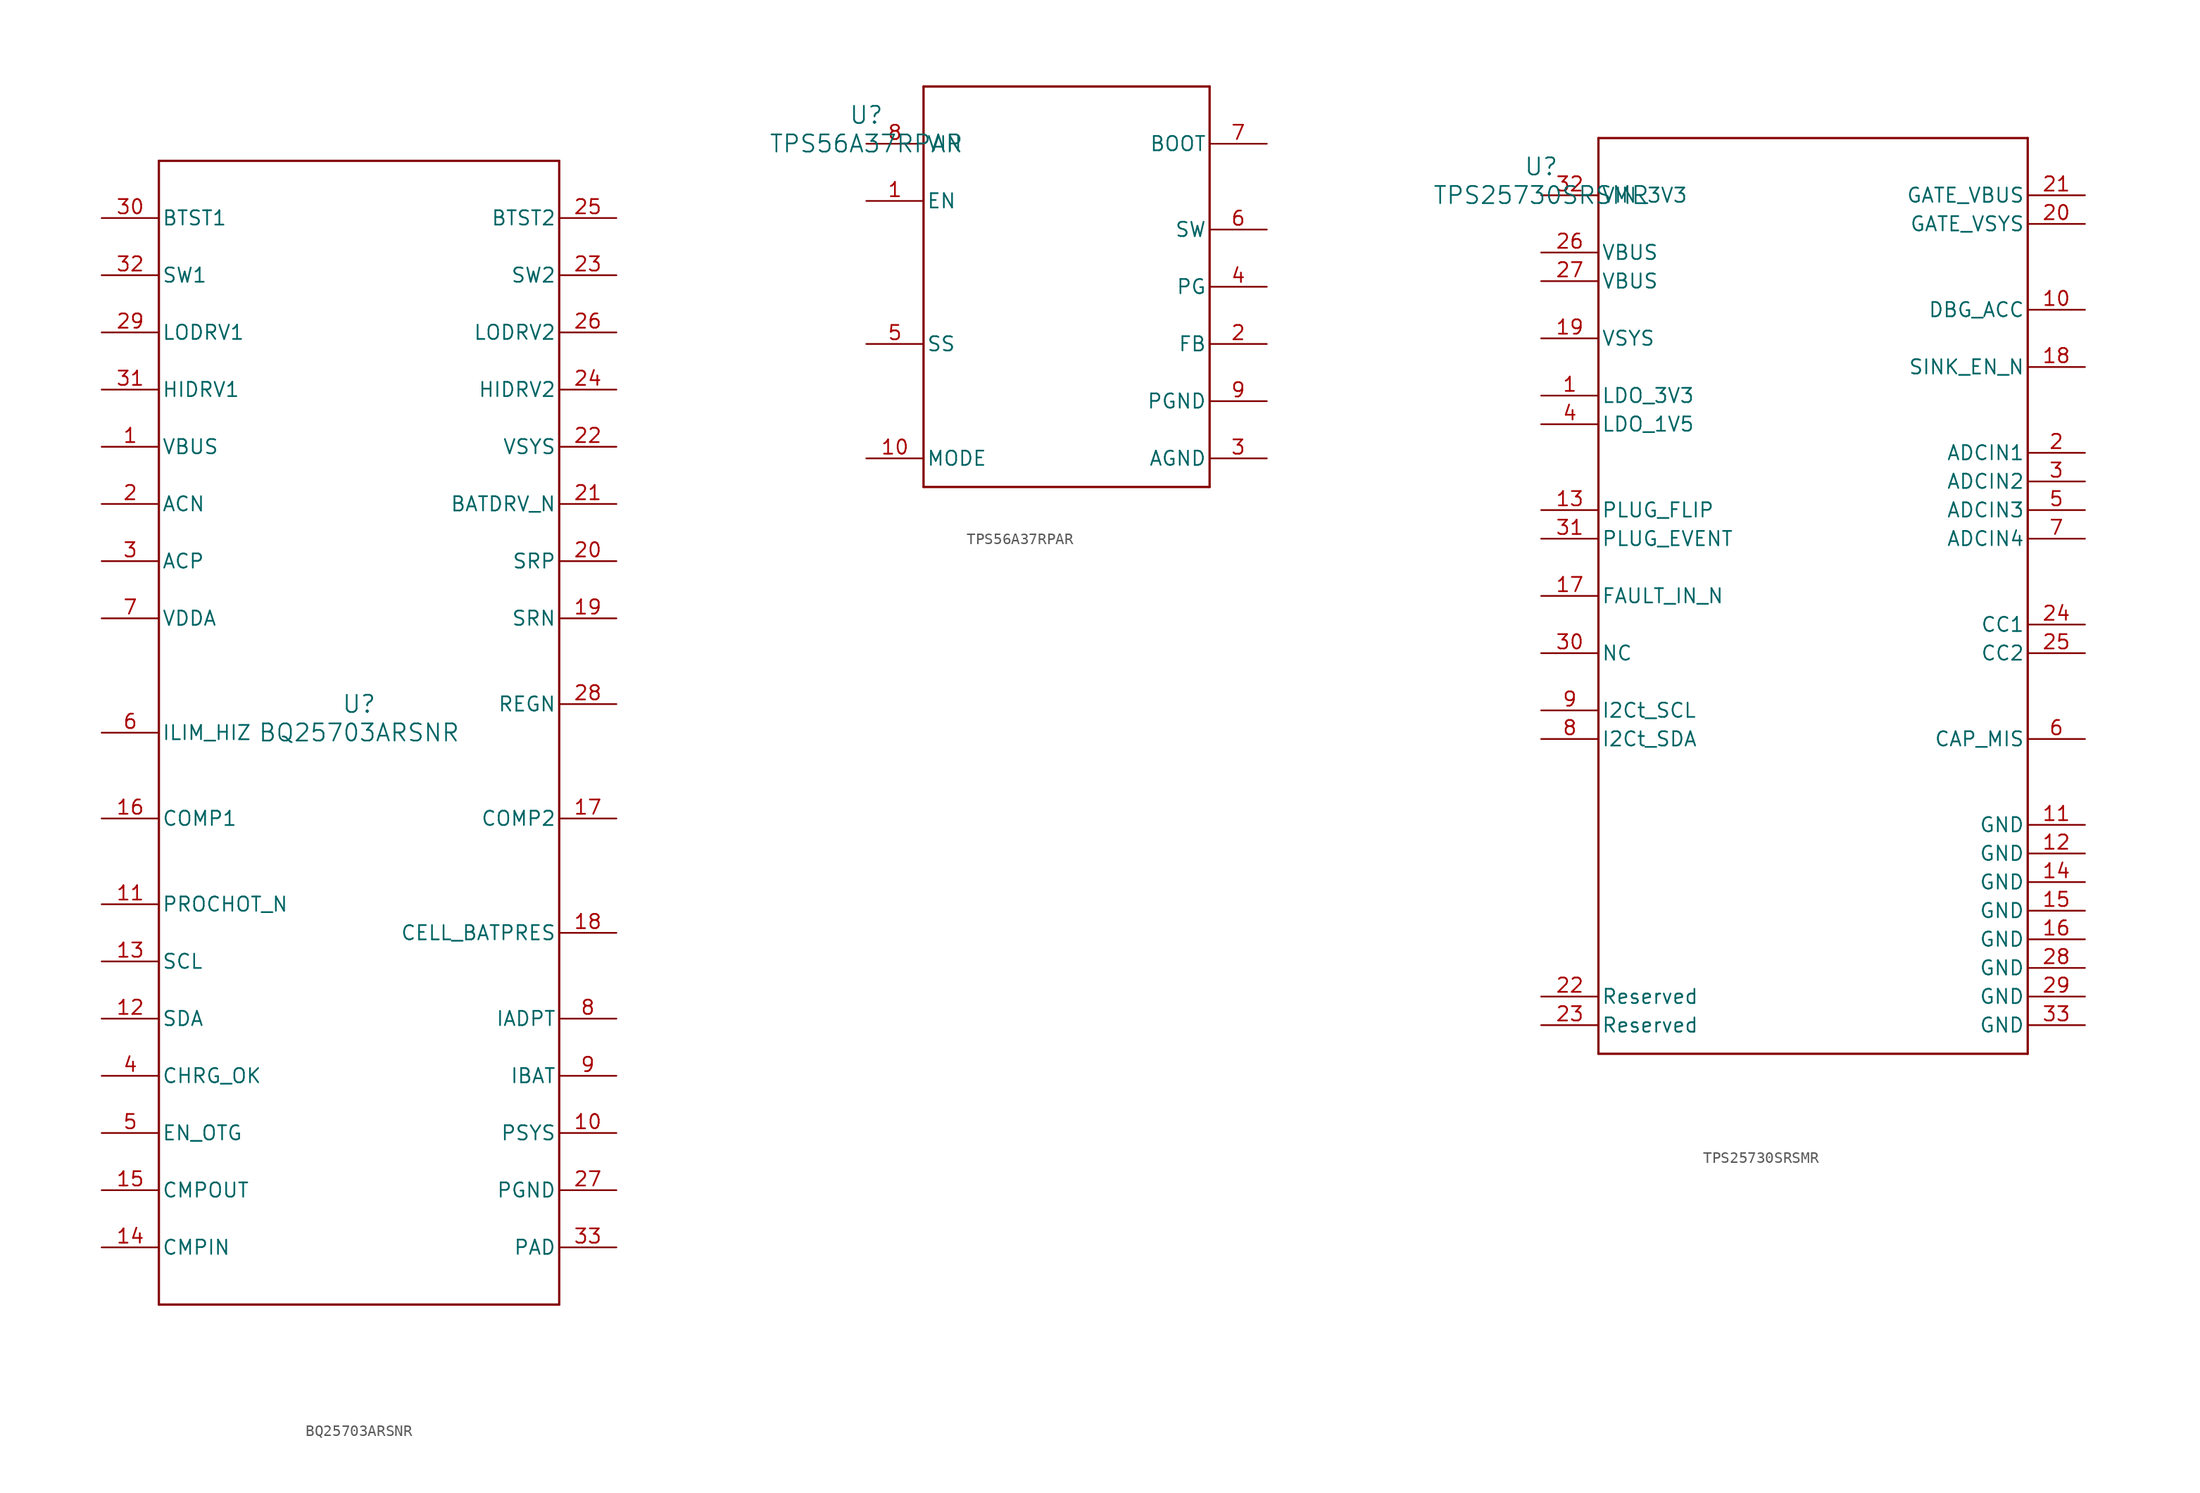
<source format=kicad_sym>
(kicad_symbol_lib
  (version 20231120)
  (generator "kicad_symbol_editor")
  (generator_version "8.0")
  (symbol "BQ25703ARSNR"
    (pin_names
      (offset 0.254))
    (property "Reference" "U"
      (at 0 2.54 0)
      (effects (font (size 1.524 1.524))))
    (property "Value" "BQ25703ARSNR"
      (at 0 0 0)
      (effects (font (size 1.524 1.524))))
    (property "ki_locked" ""
      (at 0 0 0)
      (effects (font (size 1.27 1.27))))
    (symbol "BQ25703ARSNR_0_1"
      (polyline (pts (xy -17.78 -50.8) (xy 17.78 -50.8)) (stroke (width 0.203) (type default)) (fill (type none)))
      (polyline (pts (xy -17.78 50.8) (xy -17.78 -50.8)) (stroke (width 0.203) (type default)) (fill (type none)))
      (polyline (pts (xy 17.78 -50.8) (xy 17.78 50.8)) (stroke (width 0.203) (type default)) (fill (type none)))
      (polyline (pts (xy 17.78 50.8) (xy -17.78 50.8)) (stroke (width 0.203) (type default)) (fill (type none)))
      (pin power_in line (at -22.86 25.4 0) (length 5.08) (name "VBUS" (effects (font (size 1.27 1.27)))) (number "1" (effects (font (size 1.27 1.27)))))
      (pin output line (at 22.86 -35.56 180) (length 5.08) (name "PSYS" (effects (font (size 1.27 1.27)))) (number "10" (effects (font (size 1.27 1.27)))))
      (pin open_collector line (at -22.86 -15.24 0) (length 5.08) (name "PROCHOT_N" (effects (font (size 1.27 1.27)))) (number "11" (effects (font (size 1.27 1.27)))))
      (pin bidirectional line (at -22.86 -25.4 0) (length 5.08) (name "SDA" (effects (font (size 1.27 1.27)))) (number "12" (effects (font (size 1.27 1.27)))))
      (pin input line (at -22.86 -20.32 0) (length 5.08) (name "SCL" (effects (font (size 1.27 1.27)))) (number "13" (effects (font (size 1.27 1.27)))))
      (pin input line (at -22.86 -45.72 0) (length 5.08) (name "CMPIN" (effects (font (size 1.27 1.27)))) (number "14" (effects (font (size 1.27 1.27)))))
      (pin open_collector line (at -22.86 -40.64 0) (length 5.08) (name "CMPOUT" (effects (font (size 1.27 1.27)))) (number "15" (effects (font (size 1.27 1.27)))))
      (pin input line (at -22.86 -7.62 0) (length 5.08) (name "COMP1" (effects (font (size 1.27 1.27)))) (number "16" (effects (font (size 1.27 1.27)))))
      (pin input line (at 22.86 -7.62 180) (length 5.08) (name "COMP2" (effects (font (size 1.27 1.27)))) (number "17" (effects (font (size 1.27 1.27)))))
      (pin input line (at 22.86 -17.78 180) (length 5.08) (name "CELL_BATPRES" (effects (font (size 1.27 1.27)))) (number "18" (effects (font (size 1.27 1.27)))))
      (pin input line (at 22.86 10.16 180) (length 5.08) (name "SRN" (effects (font (size 1.27 1.27)))) (number "19" (effects (font (size 1.27 1.27)))))
      (pin input line (at -22.86 20.32 0) (length 5.08) (name "ACN" (effects (font (size 1.27 1.27)))) (number "2" (effects (font (size 1.27 1.27)))))
      (pin input line (at 22.86 15.24 180) (length 5.08) (name "SRP" (effects (font (size 1.27 1.27)))) (number "20" (effects (font (size 1.27 1.27)))))
      (pin output line (at 22.86 20.32 180) (length 5.08) (name "BATDRV_N" (effects (font (size 1.27 1.27)))) (number "21" (effects (font (size 1.27 1.27)))))
      (pin power_in line (at 22.86 25.4 180) (length 5.08) (name "VSYS" (effects (font (size 1.27 1.27)))) (number "22" (effects (font (size 1.27 1.27)))))
      (pin power_in line (at 22.86 40.64 180) (length 5.08) (name "SW2" (effects (font (size 1.27 1.27)))) (number "23" (effects (font (size 1.27 1.27)))))
      (pin output line (at 22.86 30.48 180) (length 5.08) (name "HIDRV2" (effects (font (size 1.27 1.27)))) (number "24" (effects (font (size 1.27 1.27)))))
      (pin power_in line (at 22.86 45.72 180) (length 5.08) (name "BTST2" (effects (font (size 1.27 1.27)))) (number "25" (effects (font (size 1.27 1.27)))))
      (pin output line (at 22.86 35.56 180) (length 5.08) (name "LODRV2" (effects (font (size 1.27 1.27)))) (number "26" (effects (font (size 1.27 1.27)))))
      (pin power_in line (at 22.86 -40.64 180) (length 5.08) (name "PGND" (effects (font (size 1.27 1.27)))) (number "27" (effects (font (size 1.27 1.27)))))
      (pin power_in line (at 22.86 2.54 180) (length 5.08) (name "REGN" (effects (font (size 1.27 1.27)))) (number "28" (effects (font (size 1.27 1.27)))))
      (pin output line (at -22.86 35.56 0) (length 5.08) (name "LODRV1" (effects (font (size 1.27 1.27)))) (number "29" (effects (font (size 1.27 1.27)))))
      (pin input line (at -22.86 15.24 0) (length 5.08) (name "ACP" (effects (font (size 1.27 1.27)))) (number "3" (effects (font (size 1.27 1.27)))))
      (pin power_in line (at -22.86 45.72 0) (length 5.08) (name "BTST1" (effects (font (size 1.27 1.27)))) (number "30" (effects (font (size 1.27 1.27)))))
      (pin output line (at -22.86 30.48 0) (length 5.08) (name "HIDRV1" (effects (font (size 1.27 1.27)))) (number "31" (effects (font (size 1.27 1.27)))))
      (pin power_in line (at -22.86 40.64 0) (length 5.08) (name "SW1" (effects (font (size 1.27 1.27)))) (number "32" (effects (font (size 1.27 1.27)))))
      (pin power_in line (at 22.86 -45.72 180) (length 5.08) (name "PAD" (effects (font (size 1.27 1.27)))) (number "33" (effects (font (size 1.27 1.27)))))
      (pin open_collector line (at -22.86 -30.48 0) (length 5.08) (name "CHRG_OK" (effects (font (size 1.27 1.27)))) (number "4" (effects (font (size 1.27 1.27)))))
      (pin input line (at -22.86 -35.56 0) (length 5.08) (name "EN_OTG" (effects (font (size 1.27 1.27)))) (number "5" (effects (font (size 1.27 1.27)))))
      (pin input line (at -22.86 0 0) (length 5.08) (name "ILIM_HIZ" (effects (font (size 1.27 1.27)))) (number "6" (effects (font (size 1.27 1.27)))))
      (pin power_in line (at -22.86 10.16 0) (length 5.08) (name "VDDA" (effects (font (size 1.27 1.27)))) (number "7" (effects (font (size 1.27 1.27)))))
      (pin output line (at 22.86 -25.4 180) (length 5.08) (name "IADPT" (effects (font (size 1.27 1.27)))) (number "8" (effects (font (size 1.27 1.27)))))
      (pin output line (at 22.86 -30.48 180) (length 5.08) (name "IBAT" (effects (font (size 1.27 1.27)))) (number "9" (effects (font (size 1.27 1.27)))))))
  (symbol "TPS56A37RPAR"
    (pin_names
      (offset 0.254))
    (property "Reference" "U"
      (at 0 2.54 0)
      (effects (font (size 1.524 1.524))))
    (property "Value" "TPS56A37RPAR"
      (at 0 0 0)
      (effects (font (size 1.524 1.524))))
    (property "ki_locked" ""
      (at 0 0 0)
      (effects (font (size 1.27 1.27))))
    (symbol "TPS56A37RPAR_0_1"
      (polyline (pts (xy 5.08 -30.48) (xy 30.48 -30.48)) (stroke (width 0.203) (type default)) (fill (type none)))
      (polyline (pts (xy 5.08 5.08) (xy 5.08 -30.48)) (stroke (width 0.203) (type default)) (fill (type none)))
      (polyline (pts (xy 30.48 -30.48) (xy 30.48 5.08)) (stroke (width 0.203) (type default)) (fill (type none)))
      (polyline (pts (xy 30.48 5.08) (xy 5.08 5.08)) (stroke (width 0.203) (type default)) (fill (type none)))
      (pin input line (at 0 -5.08 0) (length 5.08) (name "EN" (effects (font (size 1.27 1.27)))) (number "1" (effects (font (size 1.27 1.27)))))
      (pin unspecified line (at 0 -27.94 0) (length 5.08) (name "MODE" (effects (font (size 1.27 1.27)))) (number "10" (effects (font (size 1.27 1.27)))))
      (pin unspecified line (at 35.56 -17.78 180) (length 5.08) (name "FB" (effects (font (size 1.27 1.27)))) (number "2" (effects (font (size 1.27 1.27)))))
      (pin power_in line (at 35.56 -27.94 180) (length 5.08) (name "AGND" (effects (font (size 1.27 1.27)))) (number "3" (effects (font (size 1.27 1.27)))))
      (pin open_collector line (at 35.56 -12.7 180) (length 5.08) (name "PG" (effects (font (size 1.27 1.27)))) (number "4" (effects (font (size 1.27 1.27)))))
      (pin unspecified line (at 0 -17.78 0) (length 5.08) (name "SS" (effects (font (size 1.27 1.27)))) (number "5" (effects (font (size 1.27 1.27)))))
      (pin unspecified line (at 35.56 -7.62 180) (length 5.08) (name "SW" (effects (font (size 1.27 1.27)))) (number "6" (effects (font (size 1.27 1.27)))))
      (pin unspecified line (at 35.56 0 180) (length 5.08) (name "BOOT" (effects (font (size 1.27 1.27)))) (number "7" (effects (font (size 1.27 1.27)))))
      (pin power_in line (at 0 0 0) (length 5.08) (name "VIN" (effects (font (size 1.27 1.27)))) (number "8" (effects (font (size 1.27 1.27)))))
      (pin power_in line (at 35.56 -22.86 180) (length 5.08) (name "PGND" (effects (font (size 1.27 1.27)))) (number "9" (effects (font (size 1.27 1.27)))))))
  (symbol "TPS25730SRSMR"
    (pin_names
      (offset 0.254))
    (property "Reference" "U"
      (at 0 2.54 0)
      (effects (font (size 1.524 1.524))))
    (property "Value" "TPS25730SRSMR"
      (at 0 0 0)
      (effects (font (size 1.524 1.524))))
    (property "ki_locked" ""
      (at 0 0 0)
      (effects (font (size 1.27 1.27))))
    (symbol "TPS25730SRSMR_0_1"
      (polyline (pts (xy 5.08 -76.2) (xy 43.18 -76.2)) (stroke (width 0.203) (type default)) (fill (type none)))
      (polyline (pts (xy 5.08 5.08) (xy 5.08 -76.2)) (stroke (width 0.203) (type default)) (fill (type none)))
      (polyline (pts (xy 43.18 -76.2) (xy 43.18 5.08)) (stroke (width 0.203) (type default)) (fill (type none)))
      (polyline (pts (xy 43.18 5.08) (xy 5.08 5.08)) (stroke (width 0.203) (type default)) (fill (type none)))
      (pin unspecified line (at 0 -17.78 0) (length 5.08) (name "LDO_3V3" (effects (font (size 1.27 1.27)))) (number "1" (effects (font (size 1.27 1.27)))))
      (pin open_collector line (at 48.26 -10.16 180) (length 5.08) (name "DBG_ACC" (effects (font (size 1.27 1.27)))) (number "10" (effects (font (size 1.27 1.27)))))
      (pin power_in line (at 48.26 -55.88 180) (length 5.08) (name "GND" (effects (font (size 1.27 1.27)))) (number "11" (effects (font (size 1.27 1.27)))))
      (pin power_in line (at 48.26 -58.42 180) (length 5.08) (name "GND" (effects (font (size 1.27 1.27)))) (number "12" (effects (font (size 1.27 1.27)))))
      (pin open_collector line (at 0 -27.94 0) (length 5.08) (name "PLUG_FLIP" (effects (font (size 1.27 1.27)))) (number "13" (effects (font (size 1.27 1.27)))))
      (pin power_in line (at 48.26 -60.96 180) (length 5.08) (name "GND" (effects (font (size 1.27 1.27)))) (number "14" (effects (font (size 1.27 1.27)))))
      (pin power_in line (at 48.26 -63.5 180) (length 5.08) (name "GND" (effects (font (size 1.27 1.27)))) (number "15" (effects (font (size 1.27 1.27)))))
      (pin power_in line (at 48.26 -66.04 180) (length 5.08) (name "GND" (effects (font (size 1.27 1.27)))) (number "16" (effects (font (size 1.27 1.27)))))
      (pin input line (at 0 -35.56 0) (length 5.08) (name "FAULT_IN_N" (effects (font (size 1.27 1.27)))) (number "17" (effects (font (size 1.27 1.27)))))
      (pin open_collector line (at 48.26 -15.24 180) (length 5.08) (name "SINK_EN_N" (effects (font (size 1.27 1.27)))) (number "18" (effects (font (size 1.27 1.27)))))
      (pin power_in line (at 0 -12.7 0) (length 5.08) (name "VSYS" (effects (font (size 1.27 1.27)))) (number "19" (effects (font (size 1.27 1.27)))))
      (pin unspecified line (at 48.26 -22.86 180) (length 5.08) (name "ADCIN1" (effects (font (size 1.27 1.27)))) (number "2" (effects (font (size 1.27 1.27)))))
      (pin unspecified line (at 48.26 -2.54 180) (length 5.08) (name "GATE_VSYS" (effects (font (size 1.27 1.27)))) (number "20" (effects (font (size 1.27 1.27)))))
      (pin unspecified line (at 48.26 0 180) (length 5.08) (name "GATE_VBUS" (effects (font (size 1.27 1.27)))) (number "21" (effects (font (size 1.27 1.27)))))
      (pin unspecified line (at 0 -71.12 0) (length 5.08) (name "Reserved" (effects (font (size 1.27 1.27)))) (number "22" (effects (font (size 1.27 1.27)))))
      (pin unspecified line (at 0 -73.66 0) (length 5.08) (name "Reserved" (effects (font (size 1.27 1.27)))) (number "23" (effects (font (size 1.27 1.27)))))
      (pin bidirectional line (at 48.26 -38.1 180) (length 5.08) (name "CC1" (effects (font (size 1.27 1.27)))) (number "24" (effects (font (size 1.27 1.27)))))
      (pin bidirectional line (at 48.26 -40.64 180) (length 5.08) (name "CC2" (effects (font (size 1.27 1.27)))) (number "25" (effects (font (size 1.27 1.27)))))
      (pin power_in line (at 0 -5.08 0) (length 5.08) (name "VBUS" (effects (font (size 1.27 1.27)))) (number "26" (effects (font (size 1.27 1.27)))))
      (pin power_in line (at 0 -7.62 0) (length 5.08) (name "VBUS" (effects (font (size 1.27 1.27)))) (number "27" (effects (font (size 1.27 1.27)))))
      (pin power_in line (at 48.26 -68.58 180) (length 5.08) (name "GND" (effects (font (size 1.27 1.27)))) (number "28" (effects (font (size 1.27 1.27)))))
      (pin power_in line (at 48.26 -71.12 180) (length 5.08) (name "GND" (effects (font (size 1.27 1.27)))) (number "29" (effects (font (size 1.27 1.27)))))
      (pin unspecified line (at 48.26 -25.4 180) (length 5.08) (name "ADCIN2" (effects (font (size 1.27 1.27)))) (number "3" (effects (font (size 1.27 1.27)))))
      (pin unspecified line (at 0 -40.64 0) (length 5.08) (name "NC" (effects (font (size 1.27 1.27)))) (number "30" (effects (font (size 1.27 1.27)))))
      (pin open_collector line (at 0 -30.48 0) (length 5.08) (name "PLUG_EVENT" (effects (font (size 1.27 1.27)))) (number "31" (effects (font (size 1.27 1.27)))))
      (pin power_in line (at 0 0 0) (length 5.08) (name "VIN_3V3" (effects (font (size 1.27 1.27)))) (number "32" (effects (font (size 1.27 1.27)))))
      (pin power_in line (at 48.26 -73.66 180) (length 5.08) (name "GND" (effects (font (size 1.27 1.27)))) (number "33" (effects (font (size 1.27 1.27)))))
      (pin unspecified line (at 0 -20.32 0) (length 5.08) (name "LDO_1V5" (effects (font (size 1.27 1.27)))) (number "4" (effects (font (size 1.27 1.27)))))
      (pin unspecified line (at 48.26 -27.94 180) (length 5.08) (name "ADCIN3" (effects (font (size 1.27 1.27)))) (number "5" (effects (font (size 1.27 1.27)))))
      (pin unspecified line (at 48.26 -48.26 180) (length 5.08) (name "CAP_MIS" (effects (font (size 1.27 1.27)))) (number "6" (effects (font (size 1.27 1.27)))))
      (pin unspecified line (at 48.26 -30.48 180) (length 5.08) (name "ADCIN4" (effects (font (size 1.27 1.27)))) (number "7" (effects (font (size 1.27 1.27)))))
      (pin bidirectional line (at 0 -48.26 0) (length 5.08) (name "I2Ct_SDA" (effects (font (size 1.27 1.27)))) (number "8" (effects (font (size 1.27 1.27)))))
      (pin input line (at 0 -45.72 0) (length 5.08) (name "I2Ct_SCL" (effects (font (size 1.27 1.27)))) (number "9" (effects (font (size 1.27 1.27))))))))
</source>
